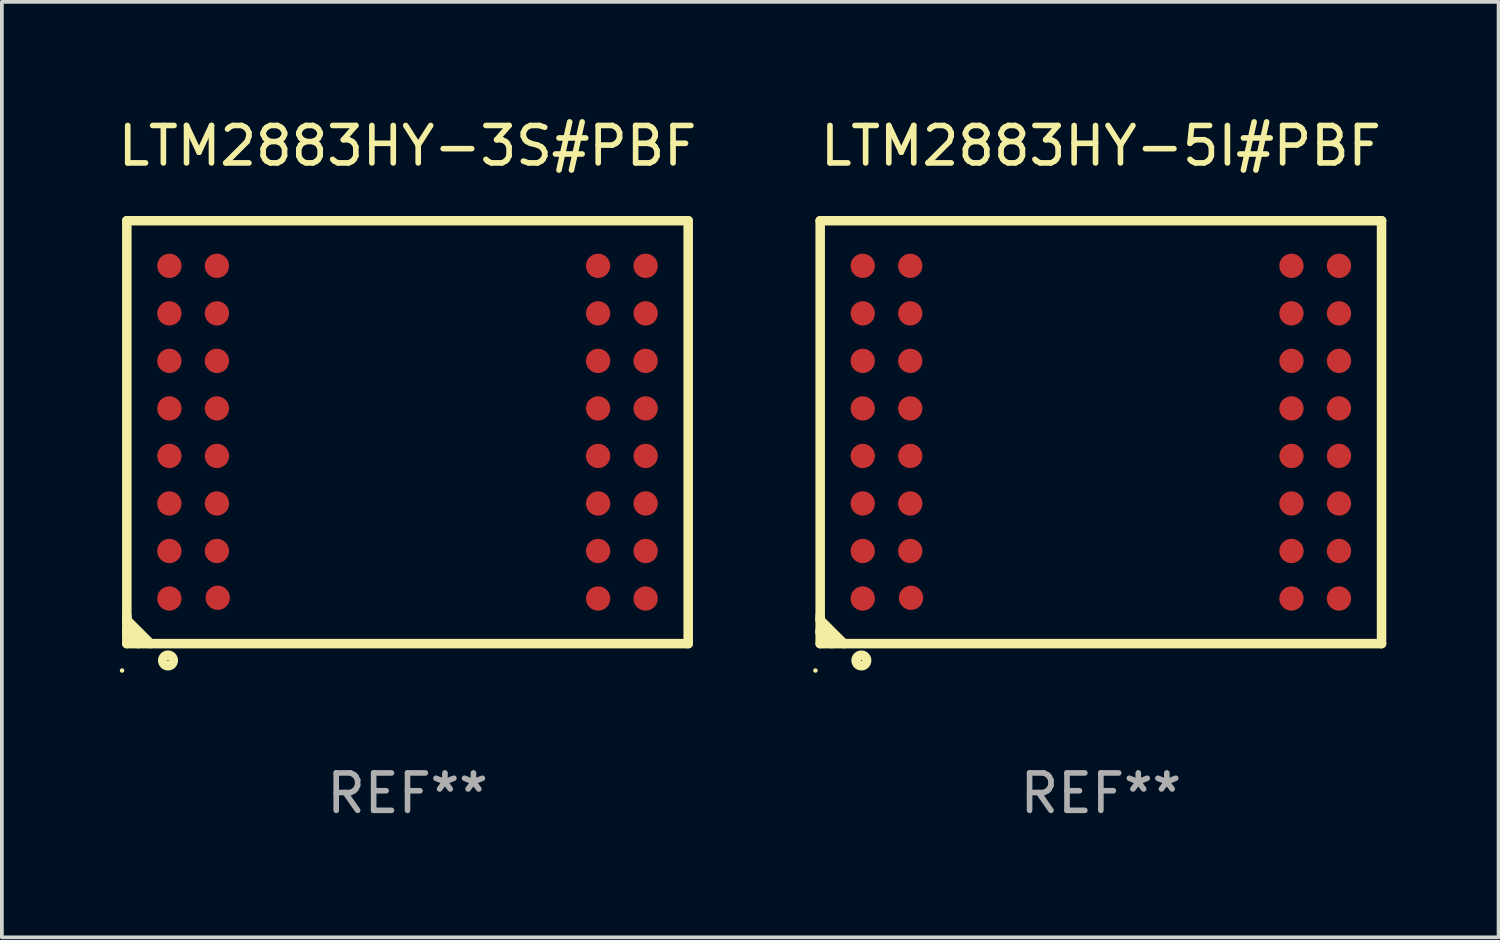
<source format=kicad_pcb>
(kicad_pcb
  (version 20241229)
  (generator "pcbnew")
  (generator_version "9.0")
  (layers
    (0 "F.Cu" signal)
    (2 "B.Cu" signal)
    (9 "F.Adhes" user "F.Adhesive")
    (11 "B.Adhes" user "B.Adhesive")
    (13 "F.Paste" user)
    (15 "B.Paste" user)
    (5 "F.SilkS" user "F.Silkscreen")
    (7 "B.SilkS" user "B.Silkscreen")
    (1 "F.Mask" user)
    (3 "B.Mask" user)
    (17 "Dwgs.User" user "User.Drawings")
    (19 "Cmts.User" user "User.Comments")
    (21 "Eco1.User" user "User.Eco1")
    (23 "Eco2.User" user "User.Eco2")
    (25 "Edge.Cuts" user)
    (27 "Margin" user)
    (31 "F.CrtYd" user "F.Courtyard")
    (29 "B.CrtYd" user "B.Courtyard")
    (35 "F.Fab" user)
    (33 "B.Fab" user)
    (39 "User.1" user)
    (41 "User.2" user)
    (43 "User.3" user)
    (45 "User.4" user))
  (footprint "LTM2883HY-5I#PBF"
    (layer "F.Cu")
    (at 26.366 8.498)
    (property "Reference" "LTM2883HY-5I#PBF" (at 0 -7.65 0) (layer "F.SilkS") (effects (font (size 1 1) (thickness 0.15))))
    (attr through_hole)
    (fp_line (start -7.5 -5.65) (end -7.5 5.65) (stroke (width 0.254) (type solid)) (layer "F.SilkS"))
    (fp_line (start -7.5 -5.65) (end 7.5 -5.65) (stroke (width 0.254) (type solid)) (layer "F.SilkS"))
    (fp_line (start -7.5 4.911) (end -7.5 5.02) (stroke (width 0.254) (type solid)) (layer "F.SilkS"))
    (fp_line (start -7.5 5.02) (end -6.87 5.65) (stroke (width 0.254) (type solid)) (layer "F.SilkS"))
    (fp_line (start -7.5 5.286) (end -7.5 5.347) (stroke (width 0.254) (type solid)) (layer "F.SilkS"))
    (fp_line (start -7.5 5.347) (end -7.197 5.65) (stroke (width 0.254) (type solid)) (layer "F.SilkS"))
    (fp_line (start -7.5 5.65) (end 7.5 5.65) (stroke (width 0.254) (type solid)) (layer "F.SilkS"))
    (fp_line (start 7.5 -5.65) (end 7.5 5.65) (stroke (width 0.254) (type solid)) (layer "F.SilkS"))
    (fp_circle (center -7.627 6.369) (end -7.597 6.369) (stroke (width 0.06) (type solid)) (fill no) (layer "F.SilkS"))
    (fp_circle (center -6.4 6.1) (end -6.259 6.1) (stroke (width 0.254) (type solid)) (fill no) (layer "F.SilkS"))
    (fp_text user "REF**" (at 0 9.65 0) (layer "F.Fab") (effects (font (size 1 1) (thickness 0.15))))
    (pad "A1" smd circle (at -6.363 4.445) (size 0.65 0.65) (layers "F.Cu" "F.Mask" "F.Paste"))
    (pad "A2" smd circle (at -6.363 3.175) (size 0.65 0.65) (layers "F.Cu" "F.Mask" "F.Paste"))
    (pad "A3" smd circle (at -6.363 1.905) (size 0.65 0.65) (layers "F.Cu" "F.Mask" "F.Paste"))
    (pad "A4" smd circle (at -6.363 0.635) (size 0.65 0.65) (layers "F.Cu" "F.Mask" "F.Paste"))
    (pad "A5" smd circle (at -6.363 -0.635) (size 0.65 0.65) (layers "F.Cu" "F.Mask" "F.Paste"))
    (pad "A6" smd circle (at -6.363 -1.905) (size 0.65 0.65) (layers "F.Cu" "F.Mask" "F.Paste"))
    (pad "A7" smd circle (at -6.363 -3.175) (size 0.65 0.65) (layers "F.Cu" "F.Mask" "F.Paste"))
    (pad "A8" smd circle (at -6.363 -4.445) (size 0.65 0.65) (layers "F.Cu" "F.Mask" "F.Paste"))
    (pad "B1" smd circle (at -5.072 4.425) (size 0.65 0.65) (layers "F.Cu" "F.Mask" "F.Paste"))
    (pad "B2" smd circle (at -5.093 3.175) (size 0.65 0.65) (layers "F.Cu" "F.Mask" "F.Paste"))
    (pad "B3" smd circle (at -5.093 1.905) (size 0.65 0.65) (layers "F.Cu" "F.Mask" "F.Paste"))
    (pad "B4" smd circle (at -5.093 0.635) (size 0.65 0.65) (layers "F.Cu" "F.Mask" "F.Paste"))
    (pad "B5" smd circle (at -5.093 -0.635) (size 0.65 0.65) (layers "F.Cu" "F.Mask" "F.Paste"))
    (pad "B6" smd circle (at -5.093 -1.905) (size 0.65 0.65) (layers "F.Cu" "F.Mask" "F.Paste"))
    (pad "B7" smd circle (at -5.093 -3.175) (size 0.65 0.65) (layers "F.Cu" "F.Mask" "F.Paste"))
    (pad "B8" smd circle (at -5.093 -4.445) (size 0.65 0.65) (layers "F.Cu" "F.Mask" "F.Paste"))
    (pad "K1" smd circle (at 5.093 4.445) (size 0.65 0.65) (layers "F.Cu" "F.Mask" "F.Paste"))
    (pad "K2" smd circle (at 5.093 3.175) (size 0.65 0.65) (layers "F.Cu" "F.Mask" "F.Paste"))
    (pad "K3" smd circle (at 5.093 1.905) (size 0.65 0.65) (layers "F.Cu" "F.Mask" "F.Paste"))
    (pad "K4" smd circle (at 5.093 0.635) (size 0.65 0.65) (layers "F.Cu" "F.Mask" "F.Paste"))
    (pad "K5" smd circle (at 5.093 -0.635) (size 0.65 0.65) (layers "F.Cu" "F.Mask" "F.Paste"))
    (pad "K6" smd circle (at 5.093 -1.905) (size 0.65 0.65) (layers "F.Cu" "F.Mask" "F.Paste"))
    (pad "K7" smd circle (at 5.093 -3.175) (size 0.65 0.65) (layers "F.Cu" "F.Mask" "F.Paste"))
    (pad "K8" smd circle (at 5.093 -4.445) (size 0.65 0.65) (layers "F.Cu" "F.Mask" "F.Paste"))
    (pad "L1" smd circle (at 6.363 4.445) (size 0.65 0.65) (layers "F.Cu" "F.Mask" "F.Paste"))
    (pad "L2" smd circle (at 6.363 3.175) (size 0.65 0.65) (layers "F.Cu" "F.Mask" "F.Paste"))
    (pad "L3" smd circle (at 6.363 1.905) (size 0.65 0.65) (layers "F.Cu" "F.Mask" "F.Paste"))
    (pad "L4" smd circle (at 6.363 0.635) (size 0.65 0.65) (layers "F.Cu" "F.Mask" "F.Paste"))
    (pad "L5" smd circle (at 6.363 -0.635) (size 0.65 0.65) (layers "F.Cu" "F.Mask" "F.Paste"))
    (pad "L6" smd circle (at 6.363 -1.905) (size 0.65 0.65) (layers "F.Cu" "F.Mask" "F.Paste"))
    (pad "L7" smd circle (at 6.363 -3.175) (size 0.65 0.65) (layers "F.Cu" "F.Mask" "F.Paste"))
    (pad "L8" smd circle (at 6.363 -4.445) (size 0.65 0.65) (layers "F.Cu" "F.Mask" "F.Paste")))
  (footprint "LTM2883HY-3S#PBF"
    (layer "F.Cu")
    (at 7.839 8.498)
    (property "Reference" "LTM2883HY-3S#PBF" (at 0 -7.65 0) (layer "F.SilkS") (effects (font (size 1 1) (thickness 0.15))))
    (attr through_hole)
    (fp_line (start -7.5 -5.65) (end -7.5 5.65) (stroke (width 0.254) (type solid)) (layer "F.SilkS"))
    (fp_line (start -7.5 -5.65) (end 7.5 -5.65) (stroke (width 0.254) (type solid)) (layer "F.SilkS"))
    (fp_line (start -7.5 4.911) (end -7.5 5.02) (stroke (width 0.254) (type solid)) (layer "F.SilkS"))
    (fp_line (start -7.5 5.02) (end -6.87 5.65) (stroke (width 0.254) (type solid)) (layer "F.SilkS"))
    (fp_line (start -7.5 5.286) (end -7.5 5.347) (stroke (width 0.254) (type solid)) (layer "F.SilkS"))
    (fp_line (start -7.5 5.347) (end -7.197 5.65) (stroke (width 0.254) (type solid)) (layer "F.SilkS"))
    (fp_line (start -7.5 5.65) (end 7.5 5.65) (stroke (width 0.254) (type solid)) (layer "F.SilkS"))
    (fp_line (start 7.5 -5.65) (end 7.5 5.65) (stroke (width 0.254) (type solid)) (layer "F.SilkS"))
    (fp_circle (center -7.627 6.369) (end -7.597 6.369) (stroke (width 0.06) (type solid)) (fill no) (layer "F.SilkS"))
    (fp_circle (center -6.4 6.1) (end -6.259 6.1) (stroke (width 0.254) (type solid)) (fill no) (layer "F.SilkS"))
    (fp_text user "REF**" (at 0 9.65 0) (layer "F.Fab") (effects (font (size 1 1) (thickness 0.15))))
    (pad "A1" smd circle (at -6.363 4.445) (size 0.65 0.65) (layers "F.Cu" "F.Mask" "F.Paste"))
    (pad "A2" smd circle (at -6.363 3.175) (size 0.65 0.65) (layers "F.Cu" "F.Mask" "F.Paste"))
    (pad "A3" smd circle (at -6.363 1.905) (size 0.65 0.65) (layers "F.Cu" "F.Mask" "F.Paste"))
    (pad "A4" smd circle (at -6.363 0.635) (size 0.65 0.65) (layers "F.Cu" "F.Mask" "F.Paste"))
    (pad "A5" smd circle (at -6.363 -0.635) (size 0.65 0.65) (layers "F.Cu" "F.Mask" "F.Paste"))
    (pad "A6" smd circle (at -6.363 -1.905) (size 0.65 0.65) (layers "F.Cu" "F.Mask" "F.Paste"))
    (pad "A7" smd circle (at -6.363 -3.175) (size 0.65 0.65) (layers "F.Cu" "F.Mask" "F.Paste"))
    (pad "A8" smd circle (at -6.363 -4.445) (size 0.65 0.65) (layers "F.Cu" "F.Mask" "F.Paste"))
    (pad "B1" smd circle (at -5.072 4.425) (size 0.65 0.65) (layers "F.Cu" "F.Mask" "F.Paste"))
    (pad "B2" smd circle (at -5.093 3.175) (size 0.65 0.65) (layers "F.Cu" "F.Mask" "F.Paste"))
    (pad "B3" smd circle (at -5.093 1.905) (size 0.65 0.65) (layers "F.Cu" "F.Mask" "F.Paste"))
    (pad "B4" smd circle (at -5.093 0.635) (size 0.65 0.65) (layers "F.Cu" "F.Mask" "F.Paste"))
    (pad "B5" smd circle (at -5.093 -0.635) (size 0.65 0.65) (layers "F.Cu" "F.Mask" "F.Paste"))
    (pad "B6" smd circle (at -5.093 -1.905) (size 0.65 0.65) (layers "F.Cu" "F.Mask" "F.Paste"))
    (pad "B7" smd circle (at -5.093 -3.175) (size 0.65 0.65) (layers "F.Cu" "F.Mask" "F.Paste"))
    (pad "B8" smd circle (at -5.093 -4.445) (size 0.65 0.65) (layers "F.Cu" "F.Mask" "F.Paste"))
    (pad "K1" smd circle (at 5.093 4.445) (size 0.65 0.65) (layers "F.Cu" "F.Mask" "F.Paste"))
    (pad "K2" smd circle (at 5.093 3.175) (size 0.65 0.65) (layers "F.Cu" "F.Mask" "F.Paste"))
    (pad "K3" smd circle (at 5.093 1.905) (size 0.65 0.65) (layers "F.Cu" "F.Mask" "F.Paste"))
    (pad "K4" smd circle (at 5.093 0.635) (size 0.65 0.65) (layers "F.Cu" "F.Mask" "F.Paste"))
    (pad "K5" smd circle (at 5.093 -0.635) (size 0.65 0.65) (layers "F.Cu" "F.Mask" "F.Paste"))
    (pad "K6" smd circle (at 5.093 -1.905) (size 0.65 0.65) (layers "F.Cu" "F.Mask" "F.Paste"))
    (pad "K7" smd circle (at 5.093 -3.175) (size 0.65 0.65) (layers "F.Cu" "F.Mask" "F.Paste"))
    (pad "K8" smd circle (at 5.093 -4.445) (size 0.65 0.65) (layers "F.Cu" "F.Mask" "F.Paste"))
    (pad "L1" smd circle (at 6.363 4.445) (size 0.65 0.65) (layers "F.Cu" "F.Mask" "F.Paste"))
    (pad "L2" smd circle (at 6.363 3.175) (size 0.65 0.65) (layers "F.Cu" "F.Mask" "F.Paste"))
    (pad "L3" smd circle (at 6.363 1.905) (size 0.65 0.65) (layers "F.Cu" "F.Mask" "F.Paste"))
    (pad "L4" smd circle (at 6.363 0.635) (size 0.65 0.65) (layers "F.Cu" "F.Mask" "F.Paste"))
    (pad "L5" smd circle (at 6.363 -0.635) (size 0.65 0.65) (layers "F.Cu" "F.Mask" "F.Paste"))
    (pad "L6" smd circle (at 6.363 -1.905) (size 0.65 0.65) (layers "F.Cu" "F.Mask" "F.Paste"))
    (pad "L7" smd circle (at 6.363 -3.175) (size 0.65 0.65) (layers "F.Cu" "F.Mask" "F.Paste"))
    (pad "L8" smd circle (at 6.363 -4.445) (size 0.65 0.65) (layers "F.Cu" "F.Mask" "F.Paste")))
  (gr_rect
    (start -3 -3)
    (end 36.993 21.997)
    (stroke (width 0.1) (type default))
    (fill no)
    (layer "Edge.Cuts")))
</source>
